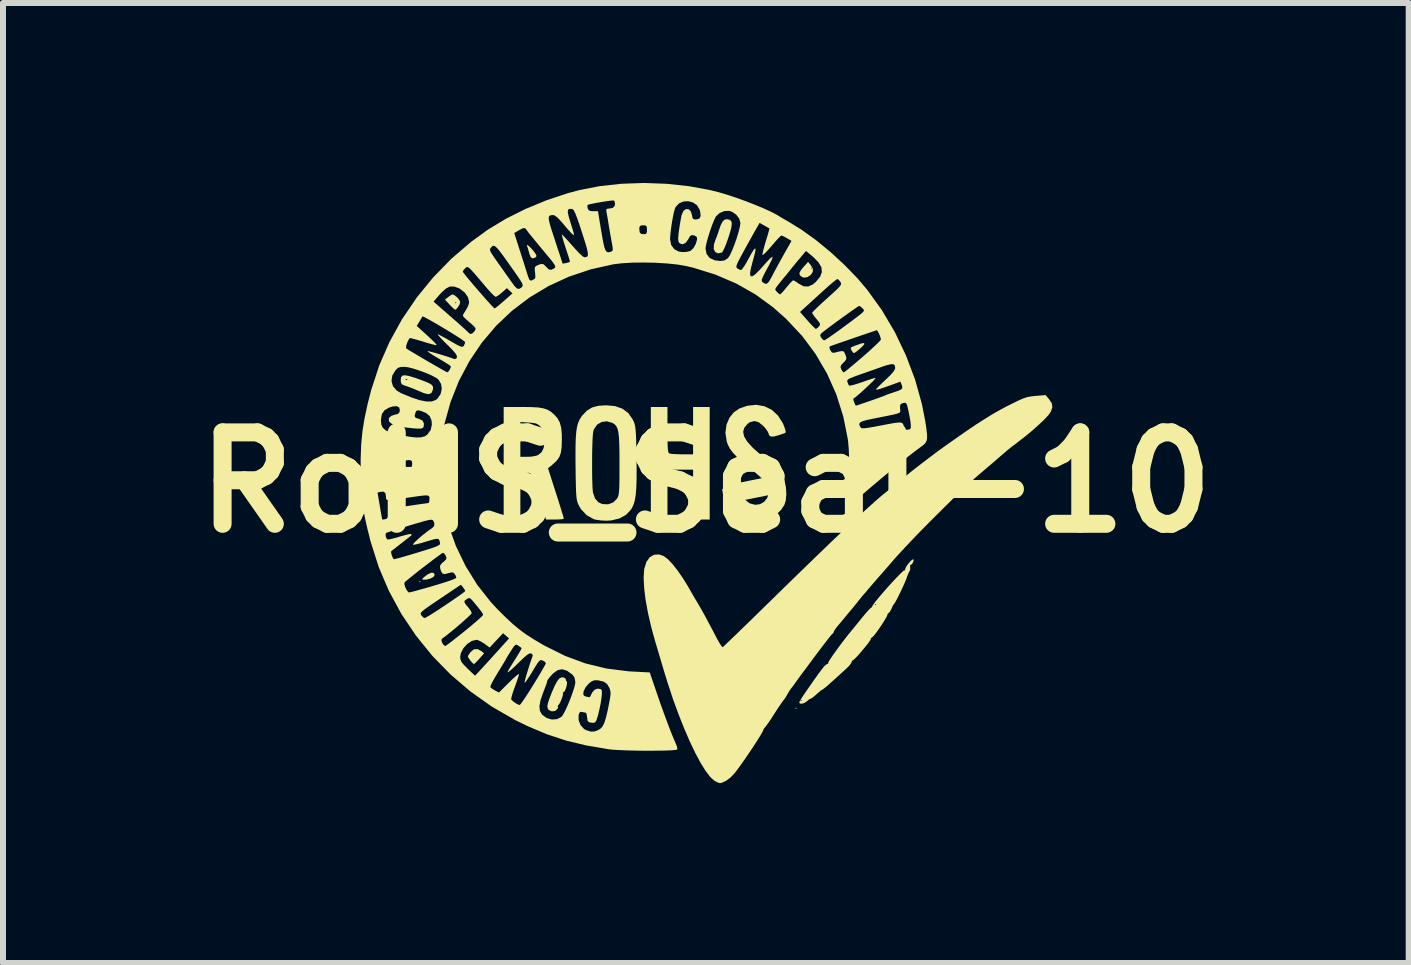
<source format=kicad_pcb>
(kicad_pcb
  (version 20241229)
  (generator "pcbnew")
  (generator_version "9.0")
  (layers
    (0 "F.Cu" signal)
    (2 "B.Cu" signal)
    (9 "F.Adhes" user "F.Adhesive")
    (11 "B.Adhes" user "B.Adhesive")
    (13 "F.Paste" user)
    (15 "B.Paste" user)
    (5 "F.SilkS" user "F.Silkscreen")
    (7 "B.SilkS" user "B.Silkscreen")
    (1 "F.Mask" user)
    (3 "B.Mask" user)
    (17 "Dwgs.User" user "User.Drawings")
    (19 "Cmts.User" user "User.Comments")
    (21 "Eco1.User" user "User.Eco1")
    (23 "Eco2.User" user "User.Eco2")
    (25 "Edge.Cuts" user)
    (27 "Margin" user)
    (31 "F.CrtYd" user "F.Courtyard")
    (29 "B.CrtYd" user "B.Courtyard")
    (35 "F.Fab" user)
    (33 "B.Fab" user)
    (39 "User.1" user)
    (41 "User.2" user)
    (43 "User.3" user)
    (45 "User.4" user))
  (footprint "RoHS_Seal-10"
    (layer "F.Cu")
    (at 8.716 4.992)
    (property "Reference" "RoHS_Seal-10" (at 0 0 0) (layer "F.SilkS") (effects (font (size 1.524 1.524) (thickness 0.3))))
    (attr board_only exclude_from_pos_files exclude_from_bom)
    (fp_poly (pts (xy -4.756 1.653) (xy -4.766 1.663) (xy -4.777 1.653) (xy -4.766 1.642)) (stroke (width 0) (type solid)) (fill yes) (layer "F.SilkS"))
    (fp_poly (pts (xy 1.514 3.764) (xy 1.504 3.775) (xy 1.493 3.764) (xy 1.504 3.753)) (stroke (width 0) (type solid)) (fill yes) (layer "F.SilkS"))
    (fp_poly (pts (xy -4.538 1.507) (xy -4.521 1.539) (xy -4.521 1.544) (xy -4.54 1.574) (xy -4.587 1.6) (xy -4.649 1.618) (xy -4.686 1.621) (xy -4.725 1.619) (xy -4.726 1.607) (xy -4.7 1.581) (xy -4.634 1.53) (xy -4.578 1.505)) (stroke (width 0) (type solid)) (fill yes) (layer "F.SilkS"))
    (fp_poly (pts (xy -2.967 -3.954) (xy -2.944 -3.935) (xy -2.896 -3.886) (xy -2.852 -3.831) (xy -2.826 -3.788) (xy -2.826 -3.763) (xy -2.839 -3.752) (xy -2.884 -3.734) (xy -2.916 -3.751) (xy -2.94 -3.807) (xy -2.943 -3.819) (xy -2.961 -3.883) (xy -2.977 -3.933) (xy -2.98 -3.941) (xy -2.984 -3.962)) (stroke (width 0) (type solid)) (fill yes) (layer "F.SilkS"))
    (fp_poly (pts (xy 2.643 -2.309) (xy 2.615 -2.273) (xy 2.58 -2.24) (xy 2.527 -2.195) (xy 2.486 -2.164) (xy 2.469 -2.155) (xy 2.449 -2.171) (xy 2.43 -2.198) (xy 2.416 -2.227) (xy 2.416 -2.244) (xy 2.438 -2.26) (xy 2.49 -2.281) (xy 2.512 -2.289) (xy 2.592 -2.317) (xy 2.636 -2.324)) (stroke (width 0) (type solid)) (fill yes) (layer "F.SilkS"))
    (fp_poly (pts (xy -3.744 2.81) (xy -3.696 2.848) (xy -3.775 2.938) (xy -3.821 2.987) (xy -3.855 3.02) (xy -3.867 3.028) (xy -3.886 3.013) (xy -3.919 2.977) (xy -3.923 2.972) (xy -3.953 2.93) (xy -3.967 2.902) (xy -3.967 2.9) (xy -3.955 2.875) (xy -3.926 2.833) (xy -3.923 2.829) (xy -3.867 2.782) (xy -3.805 2.778)) (stroke (width 0) (type solid)) (fill yes) (layer "F.SilkS"))
    (fp_poly (pts (xy 1.747 -3.624) (xy 1.784 -3.563) (xy 1.783 -3.51) (xy 1.748 -3.459) (xy 1.692 -3.422) (xy 1.631 -3.414) (xy 1.582 -3.438) (xy 1.561 -3.469) (xy 1.564 -3.504) (xy 1.595 -3.552) (xy 1.612 -3.572) (xy 1.749 -3.572) (xy 1.759 -3.562) (xy 1.77 -3.572) (xy 1.759 -3.583) (xy 1.749 -3.572) (xy 1.612 -3.572) (xy 1.63 -3.594) (xy 1.704 -3.676)) (stroke (width 0) (type solid)) (fill yes) (layer "F.SilkS"))
    (fp_poly (pts (xy -4.186 -3.119) (xy -4.142 -3.082) (xy -4.107 -3.038) (xy -4.095 -3.006) (xy -4.106 -2.966) (xy -4.133 -2.921) (xy -4.163 -2.887) (xy -4.179 -2.879) (xy -4.199 -2.893) (xy -4.238 -2.93) (xy -4.27 -2.963) (xy -4.301 -2.996) (xy -4.18 -2.996) (xy -4.169 -2.986) (xy -4.159 -2.996) (xy -4.169 -3.007) (xy -4.18 -2.996) (xy -4.301 -2.996) (xy -4.349 -3.048) (xy -4.294 -3.091) (xy -4.251 -3.121) (xy -4.224 -3.135) (xy -4.223 -3.135)) (stroke (width 0) (type solid)) (fill yes) (layer "F.SilkS"))
    (fp_poly (pts (xy -0.64 -0.877) (xy -0.639 -0.738) (xy -0.638 -0.637) (xy -0.634 -0.566) (xy -0.629 -0.521) (xy -0.62 -0.495) (xy -0.609 -0.483) (xy -0.606 -0.482) (xy -0.57 -0.476) (xy -0.504 -0.472) (xy -0.42 -0.469) (xy -0.393 -0.469) (xy -0.213 -0.469) (xy -0.213 -1.258) (xy 0.064 -1.258) (xy 0.064 0.618) (xy -0.213 0.618) (xy -0.213 -0.213) (xy -0.64 -0.213) (xy -0.64 0.618) (xy -0.917 0.618) (xy -0.917 -1.258) (xy -0.64 -1.258)) (stroke (width 0) (type solid)) (fill yes) (layer "F.SilkS"))
    (fp_poly (pts (xy 0.399 -4.378) (xy 0.425 -4.354) (xy 0.433 -4.31) (xy 0.423 -4.241) (xy 0.395 -4.141) (xy 0.373 -4.074) (xy 0.339 -3.977) (xy 0.306 -3.898) (xy 0.279 -3.847) (xy 0.264 -3.83) (xy 0.201 -3.819) (xy 0.154 -3.843) (xy 0.154 -3.843) (xy 0.131 -3.894) (xy 0.135 -3.967) (xy 0.158 -4.038) (xy 0.185 -4.105) (xy 0.211 -4.181) (xy 0.214 -4.191) (xy 0.248 -4.289) (xy 0.28 -4.351) (xy 0.314 -4.382) (xy 0.354 -4.388)) (stroke (width 0) (type solid)) (fill yes) (layer "F.SilkS"))
    (fp_poly (pts (xy -4.948 -1.774) (xy -4.848 -1.744) (xy -4.798 -1.726) (xy -4.69 -1.687) (xy -4.617 -1.656) (xy -4.573 -1.63) (xy -4.551 -1.603) (xy -4.547 -1.572) (xy -4.552 -1.539) (xy -4.577 -1.488) (xy -4.622 -1.471) (xy -4.692 -1.486) (xy -4.732 -1.502) (xy -4.789 -1.526) (xy -4.798 -1.53) (xy -4.879 -1.564) (xy -4.933 -1.585) (xy -4.974 -1.6) (xy -5.014 -1.613) (xy -5.022 -1.616) (xy -5.067 -1.636) (xy -5.084 -1.67) (xy -5.086 -1.708) (xy -5.085 -1.72) (xy -5.005 -1.72) (xy -5.002 -1.708) (xy -4.99 -1.706) (xy -4.973 -1.714) (xy -4.976 -1.72) (xy -5.002 -1.723) (xy -5.005 -1.72) (xy -5.085 -1.72) (xy -5.08 -1.754) (xy -5.059 -1.78) (xy -5.016 -1.787)) (stroke (width 0) (type solid)) (fill yes) (layer "F.SilkS"))
    (fp_poly (pts (xy -2.369 3.252) (xy -2.338 3.269) (xy -2.335 3.284) (xy -2.33 3.306) (xy -2.323 3.31) (xy -2.313 3.332) (xy -2.318 3.378) (xy -2.332 3.431) (xy -2.352 3.476) (xy -2.372 3.497) (xy -2.374 3.498) (xy -2.386 3.507) (xy -2.383 3.511) (xy -2.382 3.537) (xy -2.395 3.586) (xy -2.417 3.642) (xy -2.442 3.691) (xy -2.462 3.716) (xy -2.473 3.73) (xy -2.468 3.732) (xy -2.463 3.748) (xy -2.474 3.775) (xy -2.513 3.809) (xy -2.567 3.816) (xy -2.617 3.794) (xy -2.619 3.792) (xy -2.637 3.766) (xy -2.642 3.731) (xy -2.633 3.679) (xy -2.608 3.604) (xy -2.569 3.504) (xy -2.519 3.389) (xy -2.477 3.311) (xy -2.439 3.265) (xy -2.401 3.248)) (stroke (width 0) (type solid)) (fill yes) (layer "F.SilkS"))
    (fp_poly (pts (xy -2.911 -1.256) (xy -2.798 -1.25) (xy -2.711 -1.236) (xy -2.643 -1.214) (xy -2.586 -1.181) (xy -2.533 -1.136) (xy -2.531 -1.135) (xy -2.473 -1.07) (xy -2.435 -1) (xy -2.412 -0.915) (xy -2.401 -0.805) (xy -2.4 -0.714) (xy -2.404 -0.589) (xy -2.417 -0.495) (xy -2.443 -0.423) (xy -2.486 -0.363) (xy -2.55 -0.303) (xy -2.552 -0.301) (xy -2.631 -0.236) (xy -2.499 0.176) (xy -2.459 0.301) (xy -2.424 0.413) (xy -2.396 0.504) (xy -2.376 0.569) (xy -2.368 0.601) (xy -2.367 0.603) (xy -2.387 0.611) (xy -2.438 0.616) (xy -2.51 0.618) (xy -2.516 0.618) (xy -2.664 0.618) (xy -2.752 0.336) (xy -2.801 0.178) (xy -2.841 0.056) (xy -2.872 -0.033) (xy -2.896 -0.095) (xy -2.914 -0.133) (xy -2.929 -0.153) (xy -2.931 -0.154) (xy -2.967 -0.165) (xy -3.022 -0.17) (xy -3.023 -0.17) (xy -3.092 -0.171) (xy -3.092 0.618) (xy -3.37 0.618) (xy -3.37 -1.007) (xy -3.092 -1.007) (xy -3.092 -0.427) (xy -2.974 -0.427) (xy -2.895 -0.432) (xy -2.825 -0.446) (xy -2.797 -0.457) (xy -2.739 -0.503) (xy -2.704 -0.574) (xy -2.688 -0.675) (xy -2.687 -0.726) (xy -2.69 -0.803) (xy -2.703 -0.856) (xy -2.731 -0.901) (xy -2.748 -0.921) (xy -2.787 -0.959) (xy -2.826 -0.981) (xy -2.88 -0.992) (xy -2.951 -0.998) (xy -3.092 -1.007) (xy -3.37 -1.007) (xy -3.37 -1.258) (xy -3.06 -1.258)) (stroke (width 0) (type solid)) (fill yes) (layer "F.SilkS"))
    (fp_poly (pts (xy 0.977 -1.27) (xy 1.1 -1.21) (xy 1.203 -1.114) (xy 1.284 -0.986) (xy 1.31 -0.921) (xy 1.328 -0.865) (xy 1.331 -0.836) (xy 1.316 -0.822) (xy 1.306 -0.818) (xy 1.257 -0.802) (xy 1.216 -0.788) (xy 1.132 -0.765) (xy 1.079 -0.766) (xy 1.052 -0.791) (xy 1.049 -0.806) (xy 1.031 -0.849) (xy 0.991 -0.905) (xy 0.961 -0.939) (xy 0.882 -1.003) (xy 0.807 -1.024) (xy 0.733 -1.004) (xy 0.694 -0.976) (xy 0.641 -0.912) (xy 0.622 -0.843) (xy 0.638 -0.766) (xy 0.691 -0.679) (xy 0.78 -0.58) (xy 0.907 -0.467) (xy 0.942 -0.439) (xy 1.061 -0.341) (xy 1.15 -0.261) (xy 1.216 -0.192) (xy 1.262 -0.127) (xy 1.296 -0.061) (xy 1.311 -0.023) (xy 1.335 0.082) (xy 1.342 0.196) (xy 1.332 0.303) (xy 1.309 0.375) (xy 1.254 0.457) (xy 1.175 0.535) (xy 1.087 0.594) (xy 1.031 0.617) (xy 0.969 0.628) (xy 0.887 0.635) (xy 0.803 0.638) (xy 0.731 0.636) (xy 0.693 0.629) (xy 0.658 0.62) (xy 0.613 0.609) (xy 0.531 0.572) (xy 0.451 0.503) (xy 0.378 0.411) (xy 0.321 0.307) (xy 0.287 0.199) (xy 0.285 0.189) (xy 0.272 0.111) (xy 0.39 0.077) (xy 0.472 0.054) (xy 0.521 0.046) (xy 0.545 0.051) (xy 0.554 0.071) (xy 0.554 0.089) (xy 0.57 0.155) (xy 0.611 0.229) (xy 0.666 0.298) (xy 0.726 0.345) (xy 0.733 0.349) (xy 0.823 0.373) (xy 0.905 0.362) (xy 0.973 0.321) (xy 1.023 0.259) (xy 1.048 0.182) (xy 1.043 0.096) (xy 1.005 0.009) (xy 0.997 -0.003) (xy 0.962 -0.04) (xy 0.903 -0.096) (xy 0.828 -0.161) (xy 0.759 -0.218) (xy 0.627 -0.326) (xy 0.527 -0.416) (xy 0.452 -0.494) (xy 0.4 -0.565) (xy 0.365 -0.633) (xy 0.349 -0.68) (xy 0.326 -0.827) (xy 0.345 -0.966) (xy 0.394 -1.079) (xy 0.466 -1.169) (xy 0.562 -1.234) (xy 0.69 -1.278) (xy 0.839 -1.294)) (stroke (width 0) (type solid)) (fill yes) (layer "F.SilkS"))
    (fp_poly (pts (xy -1.515 -1.273) (xy -1.392 -1.23) (xy -1.294 -1.157) (xy -1.219 -1.05) (xy -1.201 -1.013) (xy -1.189 -0.98) (xy -1.179 -0.939) (xy -1.172 -0.885) (xy -1.166 -0.812) (xy -1.162 -0.713) (xy -1.159 -0.584) (xy -1.156 -0.418) (xy -1.156 -0.403) (xy -1.154 -0.2) (xy -1.155 -0.034) (xy -1.16 0.099) (xy -1.169 0.205) (xy -1.182 0.29) (xy -1.201 0.358) (xy -1.226 0.415) (xy -1.249 0.454) (xy -1.331 0.54) (xy -1.442 0.601) (xy -1.576 0.633) (xy -1.663 0.638) (xy -1.748 0.633) (xy -1.826 0.623) (xy -1.869 0.612) (xy -1.988 0.545) (xy -2.081 0.446) (xy -2.116 0.386) (xy -2.131 0.354) (xy -2.143 0.321) (xy -2.152 0.281) (xy -2.158 0.23) (xy -2.163 0.16) (xy -2.166 0.066) (xy -2.169 -0.058) (xy -2.171 -0.218) (xy -2.171 -0.23) (xy -1.896 -0.23) (xy -1.895 -0.1) (xy -1.892 0.014) (xy -1.888 0.105) (xy -1.882 0.165) (xy -1.881 0.171) (xy -1.846 0.269) (xy -1.787 0.334) (xy -1.724 0.361) (xy -1.625 0.364) (xy -1.541 0.332) (xy -1.48 0.269) (xy -1.467 0.245) (xy -1.457 0.215) (xy -1.45 0.175) (xy -1.445 0.119) (xy -1.442 0.04) (xy -1.44 -0.066) (xy -1.44 -0.206) (xy -1.44 -0.309) (xy -1.44 -0.491) (xy -1.443 -0.634) (xy -1.448 -0.745) (xy -1.457 -0.829) (xy -1.47 -0.889) (xy -1.489 -0.932) (xy -1.514 -0.963) (xy -1.546 -0.986) (xy -1.559 -0.993) (xy -1.65 -1.019) (xy -1.737 -1.008) (xy -1.812 -0.964) (xy -1.864 -0.89) (xy -1.875 -0.86) (xy -1.882 -0.813) (xy -1.888 -0.732) (xy -1.892 -0.625) (xy -1.895 -0.5) (xy -1.896 -0.366) (xy -1.896 -0.23) (xy -2.171 -0.23) (xy -2.172 -0.25) (xy -2.173 -0.449) (xy -2.172 -0.611) (xy -2.168 -0.741) (xy -2.16 -0.845) (xy -2.147 -0.926) (xy -2.129 -0.992) (xy -2.105 -1.047) (xy -2.075 -1.096) (xy -2.062 -1.113) (xy -1.984 -1.196) (xy -1.897 -1.25) (xy -1.79 -1.278) (xy -1.667 -1.286)) (stroke (width 0) (type solid)) (fill yes) (layer "F.SilkS"))
    (fp_poly (pts (xy 3.464 1.296) (xy 3.456 1.328) (xy 3.434 1.363) (xy 3.416 1.371) (xy 3.404 1.384) (xy 3.406 1.408) (xy 3.406 1.456) (xy 3.396 1.477) (xy 3.377 1.513) (xy 3.354 1.571) (xy 3.348 1.589) (xy 3.328 1.642) (xy 3.296 1.715) (xy 3.258 1.798) (xy 3.218 1.88) (xy 3.181 1.953) (xy 3.152 2.005) (xy 3.136 2.026) (xy 3.119 2.051) (xy 3.097 2.099) (xy 3.094 2.106) (xy 3.07 2.152) (xy 3.049 2.175) (xy 3.047 2.175) (xy 3.03 2.192) (xy 3.028 2.202) (xy 3.017 2.232) (xy 2.987 2.285) (xy 2.945 2.352) (xy 2.897 2.424) (xy 2.849 2.492) (xy 2.808 2.545) (xy 2.779 2.576) (xy 2.772 2.581) (xy 2.752 2.597) (xy 2.751 2.607) (xy 2.738 2.634) (xy 2.703 2.683) (xy 2.654 2.745) (xy 2.598 2.812) (xy 2.543 2.876) (xy 2.494 2.928) (xy 2.46 2.959) (xy 2.45 2.964) (xy 2.433 2.981) (xy 2.431 2.993) (xy 2.416 3.022) (xy 2.378 3.068) (xy 2.328 3.116) (xy 2.204 3.229) (xy 2.108 3.315) (xy 2.037 3.379) (xy 1.987 3.421) (xy 1.956 3.445) (xy 1.941 3.455) (xy 1.939 3.455) (xy 1.917 3.468) (xy 1.876 3.503) (xy 1.846 3.53) (xy 1.797 3.572) (xy 1.759 3.599) (xy 1.747 3.604) (xy 1.719 3.618) (xy 1.685 3.647) (xy 1.642 3.676) (xy 1.598 3.689) (xy 1.565 3.683) (xy 1.557 3.667) (xy 1.568 3.642) (xy 1.572 3.636) (xy 1.578 3.636) (xy 1.589 3.647) (xy 1.599 3.636) (xy 1.589 3.626) (xy 1.578 3.636) (xy 1.572 3.636) (xy 1.6 3.59) (xy 1.647 3.518) (xy 1.705 3.434) (xy 1.708 3.43) (xy 1.799 3.299) (xy 1.87 3.2) (xy 1.923 3.128) (xy 1.962 3.079) (xy 1.989 3.049) (xy 2.008 3.034) (xy 2.022 3.029) (xy 2.04 3.018) (xy 2.038 3.009) (xy 2.047 2.988) (xy 2.077 2.94) (xy 2.123 2.872) (xy 2.181 2.791) (xy 2.245 2.704) (xy 2.31 2.618) (xy 2.371 2.54) (xy 2.424 2.476) (xy 2.426 2.473) (xy 2.45 2.444) (xy 2.494 2.39) (xy 2.551 2.32) (xy 2.594 2.266) (xy 2.654 2.194) (xy 2.705 2.136) (xy 2.741 2.099) (xy 2.754 2.09) (xy 2.772 2.074) (xy 2.772 2.067) (xy 2.786 2.042) (xy 2.789 2.037) (xy 2.815 2.037) (xy 2.826 2.047) (xy 2.836 2.037) (xy 2.826 2.026) (xy 2.815 2.037) (xy 2.789 2.037) (xy 2.822 1.992) (xy 2.877 1.925) (xy 2.944 1.846) (xy 3.018 1.762) (xy 3.093 1.678) (xy 3.166 1.6) (xy 3.229 1.535) (xy 3.277 1.488) (xy 3.306 1.465) (xy 3.311 1.464) (xy 3.324 1.465) (xy 3.321 1.457) (xy 3.326 1.431) (xy 3.351 1.387) (xy 3.388 1.339) (xy 3.425 1.299) (xy 3.453 1.28) (xy 3.456 1.28)) (stroke (width 0) (type solid)) (fill yes) (layer "F.SilkS"))
    (fp_poly (pts (xy 5.722 -1.387) (xy 5.767 -1.318) (xy 5.776 -1.253) (xy 5.75 -1.179) (xy 5.749 -1.177) (xy 5.71 -1.122) (xy 5.641 -1.048) (xy 5.548 -0.96) (xy 5.438 -0.862) (xy 5.315 -0.761) (xy 5.186 -0.661) (xy 5.172 -0.65) (xy 5.099 -0.595) (xy 5.03 -0.54) (xy 4.952 -0.473) (xy 4.907 -0.434) (xy 4.856 -0.39) (xy 4.785 -0.328) (xy 4.705 -0.261) (xy 4.671 -0.232) (xy 4.586 -0.159) (xy 4.51 -0.094) (xy 4.438 -0.03) (xy 4.365 0.037) (xy 4.286 0.111) (xy 4.197 0.197) (xy 4.091 0.3) (xy 3.965 0.425) (xy 3.828 0.561) (xy 3.698 0.691) (xy 3.567 0.824) (xy 3.441 0.955) (xy 3.325 1.077) (xy 3.227 1.183) (xy 3.152 1.266) (xy 3.146 1.273) (xy 3.067 1.364) (xy 2.995 1.447) (xy 2.935 1.516) (xy 2.894 1.562) (xy 2.884 1.574) (xy 2.844 1.619) (xy 2.79 1.682) (xy 2.745 1.734) (xy 2.695 1.793) (xy 2.655 1.841) (xy 2.634 1.864) (xy 2.61 1.892) (xy 2.569 1.942) (xy 2.528 1.994) (xy 2.48 2.054) (xy 2.441 2.102) (xy 2.421 2.124) (xy 2.396 2.154) (xy 2.355 2.203) (xy 2.325 2.24) (xy 2.269 2.308) (xy 2.213 2.374) (xy 2.191 2.4) (xy 2.155 2.448) (xy 2.134 2.484) (xy 2.133 2.491) (xy 2.118 2.518) (xy 2.114 2.52) (xy 2.093 2.54) (xy 2.05 2.593) (xy 1.984 2.678) (xy 1.897 2.792) (xy 1.79 2.935) (xy 1.691 3.069) (xy 1.652 3.121) (xy 1.606 3.182) (xy 1.599 3.191) (xy 1.551 3.257) (xy 1.5 3.328) (xy 1.493 3.338) (xy 1.454 3.392) (xy 1.422 3.433) (xy 1.416 3.441) (xy 1.39 3.478) (xy 1.359 3.531) (xy 1.358 3.534) (xy 1.326 3.588) (xy 1.297 3.628) (xy 1.296 3.629) (xy 1.274 3.658) (xy 1.235 3.714) (xy 1.184 3.79) (xy 1.132 3.871) (xy 1.078 3.955) (xy 1.03 4.024) (xy 0.995 4.072) (xy 0.978 4.091) (xy 0.96 4.116) (xy 0.959 4.123) (xy 0.947 4.152) (xy 0.914 4.21) (xy 0.865 4.289) (xy 0.804 4.384) (xy 0.735 4.488) (xy 0.662 4.595) (xy 0.59 4.698) (xy 0.522 4.791) (xy 0.485 4.84) (xy 0.415 4.915) (xy 0.338 4.973) (xy 0.265 5.007) (xy 0.231 5.012) (xy 0.195 5) (xy 0.145 4.974) (xy 0.142 4.972) (xy 0.073 4.909) (xy -0.004 4.809) (xy -0.088 4.674) (xy -0.176 4.509) (xy -0.268 4.317) (xy -0.361 4.102) (xy -0.454 3.867) (xy -0.546 3.616) (xy -0.633 3.353) (xy -0.694 3.156) (xy -0.732 3.028) (xy -0.771 2.897) (xy -0.807 2.775) (xy -0.836 2.678) (xy -0.841 2.662) (xy -0.91 2.412) (xy -0.965 2.174) (xy -1.005 1.954) (xy -1.029 1.756) (xy -1.037 1.586) (xy -1.028 1.449) (xy -1.025 1.435) (xy -0.991 1.325) (xy -0.936 1.247) (xy -0.865 1.205) (xy -0.781 1.2) (xy -0.705 1.226) (xy -0.638 1.275) (xy -0.559 1.357) (xy -0.471 1.468) (xy -0.379 1.601) (xy -0.287 1.751) (xy -0.256 1.807) (xy -0.228 1.856) (xy -0.187 1.926) (xy -0.146 1.994) (xy -0.106 2.062) (xy -0.061 2.141) (xy -0.008 2.237) (xy 0.056 2.357) (xy 0.134 2.504) (xy 0.188 2.608) (xy 0.226 2.675) (xy 0.258 2.725) (xy 0.278 2.746) (xy 0.28 2.746) (xy 0.298 2.731) (xy 0.343 2.688) (xy 0.413 2.621) (xy 0.505 2.533) (xy 0.614 2.427) (xy 0.74 2.305) (xy 0.878 2.17) (xy 1.025 2.026) (xy 1.049 2.003) (xy 1.282 1.775) (xy 1.487 1.575) (xy 1.668 1.399) (xy 1.827 1.245) (xy 1.967 1.11) (xy 2.091 0.99) (xy 2.202 0.885) (xy 2.303 0.79) (xy 2.397 0.703) (xy 2.432 0.67) (xy 2.564 0.549) (xy 2.669 0.452) (xy 2.753 0.376) (xy 2.819 0.317) (xy 2.873 0.269) (xy 2.919 0.23) (xy 2.962 0.195) (xy 3.006 0.16) (xy 3.008 0.158) (xy 3.092 0.09) (xy 3.189 0.011) (xy 3.278 -0.062) (xy 3.282 -0.065) (xy 3.37 -0.138) (xy 3.473 -0.22) (xy 3.597 -0.316) (xy 3.747 -0.43) (xy 3.827 -0.491) (xy 3.897 -0.542) (xy 3.99 -0.609) (xy 4.098 -0.685) (xy 4.21 -0.764) (xy 4.319 -0.84) (xy 4.414 -0.905) (xy 4.486 -0.953) (xy 4.5 -0.963) (xy 4.63 -1.046) (xy 4.736 -1.112) (xy 4.828 -1.167) (xy 4.916 -1.216) (xy 5.012 -1.267) (xy 5.095 -1.309) (xy 5.203 -1.362) (xy 5.285 -1.398) (xy 5.353 -1.421) (xy 5.417 -1.434) (xy 5.491 -1.442) (xy 5.501 -1.443) (xy 5.664 -1.456)) (stroke (width 0) (type solid)) (fill yes) (layer "F.SilkS"))
    (fp_poly (pts (xy -0.65 -4.978) (xy -0.279 -4.938) (xy 0.076 -4.872) (xy 0.213 -4.838) (xy 0.355 -4.796) (xy 0.511 -4.744) (xy 0.671 -4.686) (xy 0.828 -4.625) (xy 0.973 -4.564) (xy 1.096 -4.507) (xy 1.19 -4.458) (xy 1.21 -4.445) (xy 1.256 -4.417) (xy 1.321 -4.379) (xy 1.359 -4.358) (xy 1.595 -4.213) (xy 1.839 -4.037) (xy 2.082 -3.837) (xy 2.316 -3.621) (xy 2.532 -3.398) (xy 2.691 -3.21) (xy 2.935 -2.871) (xy 3.151 -2.505) (xy 3.336 -2.117) (xy 3.487 -1.717) (xy 3.601 -1.309) (xy 3.657 -1.024) (xy 3.676 -0.896) (xy 3.687 -0.803) (xy 3.688 -0.736) (xy 3.678 -0.689) (xy 3.656 -0.652) (xy 3.619 -0.619) (xy 3.588 -0.596) (xy 3.494 -0.526) (xy 3.375 -0.434) (xy 3.238 -0.324) (xy 3.088 -0.202) (xy 2.933 -0.074) (xy 2.78 0.055) (xy 2.634 0.18) (xy 2.503 0.294) (xy 2.433 0.357) (xy 2.386 0.398) (xy 2.353 0.423) (xy 2.345 0.426) (xy 2.343 0.407) (xy 2.346 0.355) (xy 2.356 0.28) (xy 2.361 0.24) (xy 2.376 0.113) (xy 2.385 -0.042) (xy 2.389 -0.212) (xy 2.389 -0.383) (xy 2.383 -0.543) (xy 2.372 -0.678) (xy 2.367 -0.719) (xy 2.316 -0.975) (xy 2.557 -0.975) (xy 2.565 -0.943) (xy 2.579 -0.918) (xy 2.592 -0.907) (xy 2.618 -0.902) (xy 2.662 -0.905) (xy 2.731 -0.915) (xy 2.832 -0.933) (xy 2.895 -0.945) (xy 3.031 -0.971) (xy 3.131 -0.989) (xy 3.201 -0.998) (xy 3.246 -0.999) (xy 3.274 -0.99) (xy 3.288 -0.973) (xy 3.296 -0.947) (xy 3.298 -0.937) (xy 3.313 -0.892) (xy 3.342 -0.877) (xy 3.367 -0.879) (xy 3.404 -0.888) (xy 3.418 -0.914) (xy 3.417 -0.96) (xy 3.41 -1.019) (xy 3.396 -1.101) (xy 3.378 -1.187) (xy 3.361 -1.265) (xy 3.346 -1.309) (xy 3.33 -1.328) (xy 3.307 -1.328) (xy 3.288 -1.324) (xy 3.25 -1.308) (xy 3.237 -1.279) (xy 3.238 -1.232) (xy 3.241 -1.206) (xy 3.242 -1.186) (xy 3.236 -1.171) (xy 3.217 -1.157) (xy 3.18 -1.144) (xy 3.121 -1.13) (xy 3.035 -1.112) (xy 2.915 -1.088) (xy 2.799 -1.065) (xy 2.688 -1.042) (xy 2.613 -1.021) (xy 2.572 -1) (xy 2.557 -0.975) (xy 2.316 -0.975) (xy 2.29 -1.103) (xy 2.174 -1.469) (xy 2.072 -1.699) (xy 2.357 -1.699) (xy 2.358 -1.679) (xy 2.359 -1.676) (xy 2.376 -1.633) (xy 2.387 -1.615) (xy 2.412 -1.615) (xy 2.468 -1.628) (xy 2.546 -1.652) (xy 2.612 -1.674) (xy 2.699 -1.705) (xy 2.77 -1.728) (xy 2.817 -1.74) (xy 2.83 -1.741) (xy 2.819 -1.724) (xy 2.784 -1.686) (xy 2.73 -1.634) (xy 2.667 -1.574) (xy 2.6 -1.513) (xy 2.538 -1.458) (xy 2.488 -1.417) (xy 2.457 -1.395) (xy 2.459 -1.376) (xy 2.472 -1.338) (xy 2.488 -1.299) (xy 2.501 -1.28) (xy 2.501 -1.28) (xy 2.523 -1.286) (xy 2.577 -1.304) (xy 2.654 -1.331) (xy 2.743 -1.361) (xy 2.837 -1.394) (xy 2.917 -1.423) (xy 2.974 -1.444) (xy 2.998 -1.454) (xy 3.028 -1.467) (xy 3.085 -1.487) (xy 3.135 -1.503) (xy 3.214 -1.53) (xy 3.258 -1.552) (xy 3.275 -1.575) (xy 3.272 -1.606) (xy 3.265 -1.626) (xy 3.244 -1.68) (xy 3.099 -1.628) (xy 2.988 -1.588) (xy 2.912 -1.563) (xy 2.865 -1.549) (xy 2.842 -1.547) (xy 2.836 -1.551) (xy 2.851 -1.57) (xy 2.891 -1.611) (xy 2.949 -1.667) (xy 2.996 -1.712) (xy 3.079 -1.791) (xy 3.13 -1.85) (xy 3.154 -1.894) (xy 3.156 -1.911) (xy 3.15 -1.951) (xy 3.125 -1.971) (xy 3.078 -1.97) (xy 3.001 -1.95) (xy 2.941 -1.93) (xy 2.85 -1.897) (xy 2.736 -1.857) (xy 2.619 -1.816) (xy 2.564 -1.797) (xy 2.468 -1.762) (xy 2.405 -1.737) (xy 2.371 -1.717) (xy 2.357 -1.699) (xy 2.072 -1.699) (xy 2.02 -1.815) (xy 1.829 -2.141) (xy 1.744 -2.256) (xy 2.059 -2.256) (xy 2.067 -2.22) (xy 2.073 -2.206) (xy 2.102 -2.166) (xy 2.14 -2.161) (xy 2.142 -2.162) (xy 2.22 -2.182) (xy 2.267 -2.19) (xy 2.294 -2.185) (xy 2.309 -2.167) (xy 2.32 -2.144) (xy 2.342 -2.087) (xy 2.338 -2.048) (xy 2.305 -2.007) (xy 2.289 -1.993) (xy 2.253 -1.953) (xy 2.245 -1.921) (xy 2.257 -1.887) (xy 2.28 -1.848) (xy 2.298 -1.834) (xy 2.318 -1.847) (xy 2.366 -1.884) (xy 2.434 -1.941) (xy 2.519 -2.012) (xy 2.613 -2.093) (xy 2.708 -2.176) (xy 2.791 -2.252) (xy 2.857 -2.314) (xy 2.901 -2.358) (xy 2.918 -2.379) (xy 2.913 -2.41) (xy 2.897 -2.457) (xy 2.875 -2.504) (xy 2.856 -2.534) (xy 2.85 -2.538) (xy 2.829 -2.531) (xy 2.776 -2.513) (xy 2.698 -2.487) (xy 2.601 -2.454) (xy 2.495 -2.418) (xy 2.386 -2.38) (xy 2.282 -2.344) (xy 2.191 -2.313) (xy 2.12 -2.288) (xy 2.076 -2.273) (xy 2.074 -2.272) (xy 2.059 -2.256) (xy 1.744 -2.256) (xy 1.602 -2.446) (xy 1.591 -2.457) (xy 1.905 -2.457) (xy 1.916 -2.423) (xy 1.923 -2.413) (xy 1.952 -2.378) (xy 1.973 -2.368) (xy 1.996 -2.38) (xy 2.048 -2.414) (xy 2.121 -2.465) (xy 2.21 -2.528) (xy 2.282 -2.581) (xy 2.404 -2.671) (xy 2.496 -2.74) (xy 2.561 -2.79) (xy 2.604 -2.825) (xy 2.627 -2.849) (xy 2.635 -2.866) (xy 2.632 -2.879) (xy 2.621 -2.892) (xy 2.611 -2.902) (xy 2.577 -2.933) (xy 2.556 -2.943) (xy 2.535 -2.931) (xy 2.486 -2.898) (xy 2.417 -2.85) (xy 2.334 -2.791) (xy 2.243 -2.725) (xy 2.152 -2.659) (xy 2.067 -2.596) (xy 1.996 -2.542) (xy 1.943 -2.501) (xy 1.923 -2.484) (xy 1.905 -2.457) (xy 1.591 -2.457) (xy 1.338 -2.727) (xy 1.209 -2.842) (xy 1.57 -2.842) (xy 1.694 -2.7) (xy 1.751 -2.637) (xy 1.798 -2.589) (xy 1.828 -2.562) (xy 1.833 -2.559) (xy 1.858 -2.573) (xy 1.884 -2.598) (xy 1.902 -2.623) (xy 1.902 -2.647) (xy 1.879 -2.683) (xy 1.845 -2.724) (xy 1.803 -2.776) (xy 1.777 -2.815) (xy 1.772 -2.829) (xy 1.788 -2.849) (xy 1.83 -2.891) (xy 1.893 -2.952) (xy 1.972 -3.024) (xy 2.024 -3.071) (xy 2.118 -3.156) (xy 2.184 -3.217) (xy 2.226 -3.26) (xy 2.248 -3.29) (xy 2.255 -3.312) (xy 2.25 -3.331) (xy 2.243 -3.343) (xy 2.214 -3.379) (xy 2.192 -3.391) (xy 2.17 -3.377) (xy 2.123 -3.34) (xy 2.057 -3.284) (xy 1.979 -3.214) (xy 1.956 -3.194) (xy 1.868 -3.113) (xy 1.783 -3.036) (xy 1.71 -2.969) (xy 1.659 -2.923) (xy 1.655 -2.919) (xy 1.57 -2.842) (xy 1.209 -2.842) (xy 1.12 -2.921) (xy 0.827 -3.134) (xy 0.671 -3.223) (xy 1.158 -3.223) (xy 1.16 -3.206) (xy 1.171 -3.191) (xy 1.184 -3.177) (xy 1.217 -3.146) (xy 1.237 -3.135) (xy 1.257 -3.15) (xy 1.295 -3.191) (xy 1.342 -3.248) (xy 1.345 -3.252) (xy 1.394 -3.31) (xy 1.434 -3.352) (xy 1.456 -3.37) (xy 1.457 -3.37) (xy 1.483 -3.358) (xy 1.529 -3.328) (xy 1.544 -3.316) (xy 1.628 -3.27) (xy 1.708 -3.266) (xy 1.787 -3.303) (xy 1.835 -3.344) (xy 1.904 -3.428) (xy 1.934 -3.508) (xy 1.926 -3.588) (xy 1.877 -3.67) (xy 1.789 -3.76) (xy 1.763 -3.781) (xy 1.669 -3.859) (xy 1.576 -3.747) (xy 1.524 -3.686) (xy 1.481 -3.634) (xy 1.457 -3.604) (xy 1.432 -3.573) (xy 1.389 -3.52) (xy 1.335 -3.453) (xy 1.318 -3.434) (xy 1.247 -3.347) (xy 1.199 -3.287) (xy 1.17 -3.247) (xy 1.158 -3.223) (xy 0.671 -3.223) (xy 0.506 -3.316) (xy 0.162 -3.464) (xy -0.205 -3.578) (xy -0.308 -3.603) (xy 0.509 -3.603) (xy 0.511 -3.583) (xy 0.523 -3.569) (xy 0.525 -3.568) (xy 0.566 -3.545) (xy 0.586 -3.54) (xy 0.606 -3.558) (xy 0.64 -3.605) (xy 0.681 -3.673) (xy 0.701 -3.71) (xy 0.758 -3.813) (xy 0.797 -3.877) (xy 0.821 -3.902) (xy 0.828 -3.887) (xy 0.82 -3.833) (xy 0.796 -3.739) (xy 0.778 -3.675) (xy 0.748 -3.558) (xy 0.736 -3.479) (xy 0.745 -3.439) (xy 0.773 -3.435) (xy 0.823 -3.469) (xy 0.894 -3.539) (xy 0.94 -3.591) (xy 1.021 -3.681) (xy 1.076 -3.738) (xy 1.106 -3.761) (xy 1.112 -3.749) (xy 1.095 -3.704) (xy 1.055 -3.625) (xy 1.029 -3.578) (xy 0.979 -3.485) (xy 0.948 -3.422) (xy 0.933 -3.381) (xy 0.932 -3.357) (xy 0.942 -3.341) (xy 0.951 -3.334) (xy 0.989 -3.312) (xy 1.019 -3.314) (xy 1.05 -3.344) (xy 1.087 -3.408) (xy 1.098 -3.428) (xy 1.155 -3.537) (xy 1.226 -3.667) (xy 1.302 -3.804) (xy 1.375 -3.934) (xy 1.378 -3.938) (xy 1.428 -4.027) (xy 1.353 -4.071) (xy 1.301 -4.1) (xy 1.265 -4.115) (xy 1.259 -4.116) (xy 1.239 -4.101) (xy 1.198 -4.059) (xy 1.143 -3.998) (xy 1.096 -3.942) (xy 1.036 -3.874) (xy 0.987 -3.823) (xy 0.954 -3.794) (xy 0.943 -3.792) (xy 0.946 -3.821) (xy 0.96 -3.881) (xy 0.982 -3.962) (xy 1 -4.023) (xy 1.027 -4.11) (xy 1.047 -4.18) (xy 1.058 -4.223) (xy 1.06 -4.234) (xy 1.041 -4.245) (xy 0.997 -4.27) (xy 0.976 -4.282) (xy 0.896 -4.327) (xy 0.845 -4.238) (xy 0.815 -4.186) (xy 0.771 -4.107) (xy 0.717 -4.01) (xy 0.658 -3.904) (xy 0.64 -3.871) (xy 0.582 -3.764) (xy 0.542 -3.687) (xy 0.518 -3.636) (xy 0.509 -3.603) (xy -0.308 -3.603) (xy -0.325 -3.607) (xy -0.469 -3.632) (xy -0.643 -3.65) (xy -0.835 -3.662) (xy -1.034 -3.666) (xy -1.227 -3.664) (xy -1.402 -3.653) (xy -1.539 -3.637) (xy -1.919 -3.552) (xy -2.28 -3.431) (xy -2.621 -3.274) (xy -2.938 -3.084) (xy -3.231 -2.862) (xy -3.497 -2.61) (xy -3.734 -2.33) (xy -3.941 -2.023) (xy -4.116 -1.693) (xy -4.256 -1.34) (xy -4.36 -0.966) (xy -4.376 -0.89) (xy -4.401 -0.732) (xy -4.417 -0.545) (xy -4.425 -0.344) (xy -4.426 -0.139) (xy -4.418 0.057) (xy -4.402 0.232) (xy -4.386 0.331) (xy -4.295 0.702) (xy -4.167 1.058) (xy -4.005 1.394) (xy -3.811 1.706) (xy -3.586 1.992) (xy -3.478 2.109) (xy -3.341 2.245) (xy -3.221 2.357) (xy -3.107 2.452) (xy -2.991 2.537) (xy -2.861 2.62) (xy -2.708 2.71) (xy -2.682 2.724) (xy -2.347 2.891) (xy -2.006 3.017) (xy -1.656 3.102) (xy -1.292 3.148) (xy -1.208 3.153) (xy -0.935 3.167) (xy -0.822 3.498) (xy -0.762 3.673) (xy -0.7 3.845) (xy -0.641 4.006) (xy -0.586 4.15) (xy -0.538 4.268) (xy -0.501 4.353) (xy -0.499 4.357) (xy -0.479 4.41) (xy -0.475 4.446) (xy -0.478 4.452) (xy -0.506 4.459) (xy -0.57 4.465) (xy -0.664 4.469) (xy -0.779 4.471) (xy -0.909 4.472) (xy -1.048 4.472) (xy -1.189 4.47) (xy -1.324 4.466) (xy -1.446 4.461) (xy -1.55 4.455) (xy -1.628 4.447) (xy -1.631 4.446) (xy -1.994 4.384) (xy -2.329 4.303) (xy -2.649 4.198) (xy -2.965 4.065) (xy -3.178 3.961) (xy -3.562 3.74) (xy -3.58 3.728) (xy -2.774 3.728) (xy -2.767 3.806) (xy -2.733 3.867) (xy -2.728 3.873) (xy -2.653 3.927) (xy -2.566 3.952) (xy -2.481 3.946) (xy -2.408 3.908) (xy -2.404 3.904) (xy -2.385 3.877) (xy -2.121 3.877) (xy -2.121 3.963) (xy -2.089 4.045) (xy -2.032 4.108) (xy -2 4.127) (xy -1.922 4.153) (xy -1.858 4.152) (xy -1.789 4.125) (xy -1.75 4.099) (xy -1.719 4.062) (xy -1.692 4.006) (xy -1.666 3.925) (xy -1.639 3.812) (xy -1.622 3.729) (xy -1.602 3.625) (xy -1.591 3.554) (xy -1.588 3.504) (xy -1.594 3.466) (xy -1.606 3.429) (xy -1.607 3.426) (xy -1.646 3.36) (xy -1.702 3.321) (xy -1.786 3.3) (xy -1.802 3.298) (xy -1.861 3.298) (xy -1.908 3.318) (xy -1.955 3.356) (xy -2.002 3.412) (xy -2.034 3.472) (xy -2.039 3.489) (xy -2.043 3.537) (xy -2.025 3.56) (xy -1.994 3.57) (xy -1.951 3.579) (xy -1.933 3.579) (xy -1.893 3.5) (xy -1.854 3.456) (xy -1.81 3.438) (xy -1.807 3.437) (xy -1.754 3.444) (xy -1.735 3.466) (xy -1.732 3.507) (xy -1.738 3.578) (xy -1.751 3.668) (xy -1.771 3.768) (xy -1.794 3.866) (xy -1.806 3.909) (xy -1.826 3.97) (xy -1.846 3.999) (xy -1.875 4.007) (xy -1.905 4.005) (xy -1.95 3.996) (xy -1.971 3.973) (xy -1.979 3.92) (xy -1.979 3.919) (xy -1.987 3.867) (xy -1.998 3.84) (xy -2.001 3.838) (xy -2.031 3.833) (xy -2.061 3.826) (xy -2.096 3.825) (xy -2.114 3.852) (xy -2.121 3.877) (xy -2.385 3.877) (xy -2.375 3.863) (xy -2.338 3.792) (xy -2.297 3.701) (xy -2.256 3.6) (xy -2.22 3.501) (xy -2.192 3.413) (xy -2.177 3.347) (xy -2.175 3.328) (xy -2.19 3.251) (xy -2.223 3.205) (xy -2.313 3.139) (xy -2.394 3.114) (xy -2.471 3.129) (xy -2.548 3.185) (xy -2.562 3.2) (xy -2.608 3.252) (xy -2.638 3.294) (xy -2.645 3.312) (xy -2.652 3.343) (xy -2.673 3.401) (xy -2.702 3.477) (xy -2.71 3.498) (xy -2.755 3.627) (xy -2.774 3.728) (xy -3.58 3.728) (xy -3.922 3.486) (xy -4.008 3.413) (xy -3.593 3.413) (xy -3.593 3.413) (xy -3.567 3.436) (xy -3.519 3.465) (xy -3.515 3.468) (xy -3.449 3.502) (xy -3.281 3.335) (xy -3.215 3.271) (xy -3.161 3.223) (xy -3.125 3.196) (xy -3.114 3.194) (xy -3.121 3.224) (xy -3.14 3.284) (xy -3.168 3.363) (xy -3.185 3.41) (xy -3.215 3.494) (xy -3.236 3.564) (xy -3.245 3.609) (xy -3.244 3.62) (xy -3.213 3.649) (xy -3.167 3.682) (xy -3.123 3.705) (xy -3.104 3.711) (xy -3.086 3.693) (xy -3.051 3.645) (xy -3.001 3.571) (xy -2.941 3.478) (xy -2.874 3.371) (xy -2.874 3.371) (xy -2.808 3.263) (xy -2.751 3.167) (xy -2.706 3.089) (xy -2.676 3.035) (xy -2.666 3.012) (xy -2.683 2.99) (xy -2.717 2.969) (xy -2.741 2.961) (xy -2.762 2.964) (xy -2.785 2.985) (xy -2.816 3.028) (xy -2.861 3.1) (xy -2.89 3.149) (xy -2.939 3.229) (xy -2.981 3.292) (xy -3.01 3.331) (xy -3.022 3.341) (xy -3.019 3.318) (xy -3.006 3.264) (xy -2.984 3.187) (xy -2.956 3.097) (xy -2.926 3.003) (xy -2.895 2.913) (xy -2.885 2.887) (xy -2.895 2.861) (xy -2.914 2.849) (xy -2.94 2.851) (xy -2.98 2.875) (xy -3.039 2.925) (xy -3.12 3.003) (xy -3.128 3.011) (xy -3.197 3.078) (xy -3.253 3.129) (xy -3.292 3.16) (xy -3.306 3.166) (xy -3.306 3.166) (xy -3.295 3.138) (xy -3.266 3.087) (xy -3.236 3.039) (xy -3.188 2.963) (xy -3.142 2.889) (xy -3.103 2.825) (xy -3.078 2.779) (xy -3.071 2.763) (xy -3.087 2.748) (xy -3.122 2.723) (xy -3.151 2.706) (xy -3.173 2.707) (xy -3.198 2.731) (xy -3.234 2.784) (xy -3.244 2.8) (xy -3.283 2.862) (xy -3.313 2.911) (xy -3.325 2.932) (xy -3.339 2.958) (xy -3.371 3.011) (xy -3.416 3.086) (xy -3.469 3.172) (xy -3.47 3.173) (xy -3.521 3.259) (xy -3.562 3.333) (xy -3.587 3.387) (xy -3.593 3.413) (xy -4.008 3.413) (xy -4.256 3.201) (xy -4.542 2.908) (xy -4.095 2.908) (xy -4.09 2.952) (xy -4.073 2.993) (xy -4.036 3.039) (xy -3.973 3.102) (xy -3.973 3.103) (xy -3.915 3.158) (xy -3.871 3.199) (xy -3.848 3.219) (xy -3.846 3.22) (xy -3.831 3.205) (xy -3.792 3.163) (xy -3.733 3.099) (xy -3.659 3.018) (xy -3.573 2.924) (xy -3.561 2.91) (xy -3.28 2.6) (xy -3.33 2.557) (xy -3.38 2.513) (xy -3.492 2.632) (xy -3.604 2.752) (xy -3.692 2.687) (xy -3.752 2.65) (xy -3.803 2.627) (xy -3.822 2.623) (xy -3.901 2.642) (xy -3.979 2.693) (xy -4.043 2.765) (xy -4.085 2.847) (xy -4.095 2.908) (xy -4.542 2.908) (xy -4.56 2.889) (xy -4.769 2.632) (xy -4.408 2.632) (xy -4.396 2.672) (xy -4.372 2.709) (xy -4.345 2.726) (xy -4.341 2.725) (xy -4.317 2.71) (xy -4.267 2.673) (xy -4.194 2.617) (xy -4.106 2.547) (xy -4.015 2.474) (xy -3.919 2.395) (xy -3.835 2.324) (xy -3.77 2.266) (xy -3.727 2.225) (xy -3.712 2.207) (xy -3.718 2.19) (xy -3.738 2.158) (xy -3.776 2.108) (xy -3.836 2.034) (xy -3.893 1.966) (xy -3.927 1.932) (xy -3.956 1.928) (xy -3.984 1.943) (xy -4.018 1.968) (xy -4.026 1.992) (xy -4.008 2.027) (xy -3.967 2.076) (xy -3.928 2.126) (xy -3.905 2.167) (xy -3.903 2.178) (xy -3.918 2.199) (xy -3.96 2.24) (xy -4.022 2.296) (xy -4.096 2.361) (xy -4.176 2.43) (xy -4.256 2.495) (xy -4.327 2.552) (xy -4.384 2.595) (xy -4.401 2.606) (xy -4.408 2.632) (xy -4.769 2.632) (xy -4.834 2.551) (xy -5.075 2.192) (xy -4.754 2.192) (xy -4.747 2.208) (xy -4.743 2.215) (xy -4.71 2.25) (xy -4.687 2.261) (xy -4.663 2.249) (xy -4.609 2.218) (xy -4.532 2.17) (xy -4.438 2.109) (xy -4.338 2.042) (xy -4.234 1.972) (xy -4.144 1.91) (xy -4.073 1.86) (xy -4.027 1.825) (xy -4.01 1.81) (xy -4.022 1.785) (xy -4.047 1.75) (xy -4.084 1.705) (xy -4.429 1.937) (xy -4.548 2.017) (xy -4.635 2.077) (xy -4.695 2.121) (xy -4.732 2.152) (xy -4.75 2.175) (xy -4.754 2.192) (xy -5.075 2.192) (xy -5.076 2.19) (xy -5.283 1.809) (xy -5.332 1.695) (xy -5.026 1.695) (xy -5.012 1.743) (xy -4.989 1.792) (xy -4.961 1.827) (xy -4.946 1.834) (xy -4.919 1.828) (xy -4.858 1.813) (xy -4.77 1.788) (xy -4.661 1.758) (xy -4.541 1.723) (xy -4.421 1.687) (xy -4.316 1.654) (xy -4.233 1.625) (xy -4.179 1.602) (xy -4.159 1.589) (xy -4.159 1.589) (xy -4.17 1.554) (xy -4.187 1.526) (xy -4.211 1.502) (xy -4.241 1.499) (xy -4.295 1.513) (xy -4.296 1.514) (xy -4.355 1.528) (xy -4.391 1.517) (xy -4.416 1.474) (xy -4.429 1.43) (xy -4.431 1.389) (xy -4.406 1.352) (xy -4.377 1.327) (xy -4.335 1.29) (xy -4.323 1.261) (xy -4.334 1.225) (xy -4.36 1.186) (xy -4.382 1.173) (xy -4.404 1.185) (xy -4.452 1.22) (xy -4.521 1.27) (xy -4.604 1.333) (xy -4.694 1.402) (xy -4.785 1.472) (xy -4.87 1.54) (xy -4.943 1.599) (xy -4.998 1.644) (xy -5.021 1.665) (xy -5.026 1.695) (xy -5.332 1.695) (xy -5.453 1.41) (xy -5.585 0.995) (xy -5.596 0.955) (xy -5.617 0.869) (xy -5.34 0.869) (xy -5.333 0.91) (xy -5.315 0.945) (xy -5.308 0.95) (xy -5.281 0.949) (xy -5.224 0.937) (xy -5.146 0.916) (xy -5.108 0.904) (xy -5.025 0.881) (xy -4.959 0.865) (xy -4.919 0.859) (xy -4.911 0.861) (xy -4.906 0.88) (xy -4.907 0.881) (xy -4.976 0.936) (xy -5.051 0.994) (xy -5.122 1.05) (xy -5.183 1.098) (xy -5.226 1.131) (xy -5.243 1.144) (xy -5.247 1.168) (xy -5.237 1.21) (xy -5.22 1.254) (xy -5.202 1.278) (xy -5.198 1.28) (xy -5.17 1.274) (xy -5.109 1.258) (xy -5.025 1.234) (xy -4.926 1.205) (xy -4.917 1.202) (xy -4.763 1.156) (xy -4.644 1.119) (xy -4.557 1.091) (xy -4.497 1.069) (xy -4.459 1.051) (xy -4.439 1.037) (xy -4.431 1.023) (xy -4.432 1.009) (xy -4.44 0.969) (xy -4.454 0.946) (xy -4.482 0.939) (xy -4.531 0.947) (xy -4.61 0.97) (xy -4.653 0.983) (xy -4.742 1.01) (xy -4.817 1.029) (xy -4.868 1.039) (xy -4.882 1.04) (xy -4.879 1.026) (xy -4.849 0.992) (xy -4.799 0.946) (xy -4.738 0.892) (xy -4.671 0.839) (xy -4.607 0.791) (xy -4.569 0.766) (xy -4.529 0.727) (xy -4.526 0.678) (xy -4.542 0.641) (xy -4.552 0.628) (xy -4.568 0.622) (xy -4.597 0.623) (xy -4.644 0.632) (xy -4.715 0.651) (xy -4.816 0.68) (xy -4.937 0.716) (xy -5.057 0.753) (xy -5.164 0.786) (xy -5.249 0.814) (xy -5.307 0.833) (xy -5.33 0.842) (xy -5.34 0.869) (xy -5.617 0.869) (xy -5.643 0.766) (xy -5.679 0.608) (xy -5.706 0.469) (xy -5.725 0.339) (xy -5.738 0.206) (xy -5.74 0.169) (xy -5.473 0.169) (xy -5.435 0.389) (xy -5.42 0.48) (xy -5.407 0.553) (xy -5.399 0.6) (xy -5.397 0.613) (xy -5.378 0.619) (xy -5.342 0.612) (xy -5.317 0.602) (xy -5.299 0.572) (xy -5.286 0.519) (xy -5.285 0.512) (xy -5.278 0.437) (xy -4.958 0.391) (xy -4.846 0.374) (xy -4.749 0.36) (xy -4.674 0.35) (xy -4.631 0.344) (xy -4.623 0.343) (xy -4.611 0.323) (xy -4.607 0.278) (xy -4.607 0.277) (xy -4.607 0.25) (xy -4.614 0.23) (xy -4.631 0.219) (xy -4.666 0.216) (xy -4.724 0.22) (xy -4.81 0.231) (xy -4.93 0.248) (xy -4.98 0.256) (xy -5.109 0.275) (xy -5.202 0.288) (xy -5.265 0.294) (xy -5.303 0.294) (xy -5.323 0.285) (xy -5.331 0.269) (xy -5.332 0.245) (xy -5.332 0.236) (xy -5.342 0.177) (xy -5.376 0.153) (xy -5.425 0.157) (xy -5.473 0.169) (xy -5.74 0.169) (xy -5.747 0.061) (xy -5.752 -0.108) (xy -5.753 -0.128) (xy -5.754 -0.322) (xy -5.03 -0.322) (xy -5.021 -0.269) (xy -4.98 -0.241) (xy -4.937 -0.24) (xy -4.905 -0.256) (xy -4.895 -0.301) (xy -4.894 -0.309) (xy -4.9 -0.355) (xy -4.925 -0.371) (xy -4.958 -0.373) (xy -5.006 -0.366) (xy -5.027 -0.338) (xy -5.03 -0.322) (xy -5.754 -0.322) (xy -5.754 -0.389) (xy -5.746 -0.624) (xy -5.725 -0.845) (xy -5.696 -1.028) (xy -5.416 -1.028) (xy -5.409 -0.961) (xy -5.384 -0.91) (xy -5.337 -0.869) (xy -5.261 -0.835) (xy -5.151 -0.805) (xy -5.078 -0.788) (xy -4.936 -0.761) (xy -4.827 -0.749) (xy -4.746 -0.752) (xy -4.685 -0.769) (xy -4.643 -0.798) (xy -4.586 -0.875) (xy -4.567 -0.967) (xy -4.573 -1.035) (xy -4.603 -1.106) (xy -4.665 -1.158) (xy -4.754 -1.194) (xy -4.802 -1.203) (xy -4.827 -1.191) (xy -4.842 -1.159) (xy -4.855 -1.108) (xy -4.838 -1.078) (xy -4.786 -1.061) (xy -4.779 -1.059) (xy -4.722 -1.03) (xy -4.698 -0.979) (xy -4.705 -0.928) (xy -4.718 -0.909) (xy -4.743 -0.899) (xy -4.79 -0.897) (xy -4.868 -0.901) (xy -4.882 -0.903) (xy -5.038 -0.92) (xy -5.158 -0.946) (xy -5.239 -0.979) (xy -5.282 -1.019) (xy -5.284 -1.066) (xy -5.276 -1.082) (xy -5.24 -1.111) (xy -5.184 -1.13) (xy -5.18 -1.13) (xy -5.129 -1.144) (xy -5.106 -1.173) (xy -5.101 -1.198) (xy -5.11 -1.248) (xy -5.15 -1.271) (xy -5.219 -1.267) (xy -5.277 -1.249) (xy -5.355 -1.205) (xy -5.4 -1.141) (xy -5.416 -1.049) (xy -5.416 -1.028) (xy -5.696 -1.028) (xy -5.69 -1.065) (xy -5.64 -1.299) (xy -5.576 -1.549) (xy -5.529 -1.691) (xy -5.24 -1.691) (xy -5.216 -1.605) (xy -5.154 -1.532) (xy -5.082 -1.489) (xy -4.91 -1.418) (xy -4.769 -1.371) (xy -4.656 -1.349) (xy -4.568 -1.35) (xy -4.501 -1.375) (xy -4.473 -1.398) (xy -4.421 -1.474) (xy -4.402 -1.56) (xy -4.414 -1.643) (xy -4.457 -1.714) (xy -4.487 -1.738) (xy -4.559 -1.778) (xy -4.656 -1.821) (xy -4.763 -1.861) (xy -4.869 -1.896) (xy -4.961 -1.919) (xy -5.019 -1.927) (xy -5.087 -1.925) (xy -5.132 -1.91) (xy -5.17 -1.874) (xy -5.173 -1.871) (xy -5.227 -1.782) (xy -5.24 -1.691) (xy -5.529 -1.691) (xy -5.444 -1.952) (xy -5.308 -2.263) (xy -4.998 -2.263) (xy -4.996 -2.236) (xy -4.972 -2.22) (xy -4.92 -2.187) (xy -4.845 -2.143) (xy -4.756 -2.09) (xy -4.659 -2.033) (xy -4.561 -1.976) (xy -4.47 -1.924) (xy -4.393 -1.88) (xy -4.337 -1.849) (xy -4.309 -1.835) (xy -4.308 -1.835) (xy -4.29 -1.85) (xy -4.27 -1.878) (xy -4.253 -1.918) (xy -4.253 -1.939) (xy -4.275 -1.956) (xy -4.326 -1.989) (xy -4.398 -2.033) (xy -4.458 -2.068) (xy -4.537 -2.115) (xy -4.598 -2.154) (xy -4.635 -2.181) (xy -4.642 -2.19) (xy -4.62 -2.187) (xy -4.567 -2.174) (xy -4.494 -2.154) (xy -4.41 -2.129) (xy -4.326 -2.103) (xy -4.252 -2.079) (xy -4.198 -2.059) (xy -4.164 -2.06) (xy -4.149 -2.086) (xy -4.151 -2.112) (xy -4.172 -2.149) (xy -4.217 -2.202) (xy -4.289 -2.276) (xy -4.307 -2.293) (xy -4.375 -2.36) (xy -4.428 -2.416) (xy -4.461 -2.454) (xy -4.47 -2.469) (xy -4.449 -2.462) (xy -4.4 -2.437) (xy -4.329 -2.399) (xy -4.262 -2.359) (xy -4.173 -2.308) (xy -4.114 -2.276) (xy -4.076 -2.262) (xy -4.053 -2.262) (xy -4.038 -2.274) (xy -4.035 -2.277) (xy -4.016 -2.319) (xy -4.014 -2.342) (xy -4.033 -2.358) (xy -4.081 -2.392) (xy -4.151 -2.437) (xy -4.238 -2.492) (xy -4.334 -2.55) (xy -4.432 -2.609) (xy -4.526 -2.664) (xy -4.609 -2.711) (xy -4.674 -2.746) (xy -4.714 -2.766) (xy -4.723 -2.768) (xy -4.736 -2.747) (xy -4.762 -2.704) (xy -4.773 -2.685) (xy -4.819 -2.609) (xy -4.648 -2.454) (xy -4.579 -2.39) (xy -4.526 -2.337) (xy -4.493 -2.301) (xy -4.486 -2.289) (xy -4.509 -2.291) (xy -4.564 -2.304) (xy -4.641 -2.325) (xy -4.712 -2.347) (xy -4.802 -2.374) (xy -4.874 -2.394) (xy -4.922 -2.405) (xy -4.936 -2.407) (xy -4.963 -2.365) (xy -4.985 -2.311) (xy -4.998 -2.263) (xy -5.308 -2.263) (xy -5.272 -2.344) (xy -5.064 -2.721) (xy -4.865 -3.014) (xy -4.539 -3.014) (xy -4.248 -2.76) (xy -4.154 -2.678) (xy -4.072 -2.605) (xy -4.007 -2.547) (xy -3.964 -2.506) (xy -3.949 -2.49) (xy -3.924 -2.474) (xy -3.888 -2.487) (xy -3.855 -2.522) (xy -3.84 -2.55) (xy -3.841 -2.573) (xy -3.863 -2.602) (xy -3.911 -2.645) (xy -3.936 -2.666) (xy -3.993 -2.716) (xy -4.034 -2.756) (xy -4.051 -2.779) (xy -4.051 -2.779) (xy -4.041 -2.806) (xy -4.013 -2.853) (xy -3.999 -2.875) (xy -3.965 -2.936) (xy -3.947 -2.993) (xy -3.946 -3.007) (xy -3.965 -3.088) (xy -4.019 -3.165) (xy -4.1 -3.228) (xy -4.121 -3.239) (xy -4.198 -3.266) (xy -4.266 -3.266) (xy -4.332 -3.233) (xy -4.405 -3.167) (xy -4.442 -3.127) (xy -4.539 -3.014) (xy -4.865 -3.014) (xy -4.821 -3.08) (xy -4.546 -3.417) (xy -4.451 -3.514) (xy -4.052 -3.514) (xy -4.039 -3.493) (xy -4.002 -3.446) (xy -3.948 -3.381) (xy -3.882 -3.302) (xy -3.809 -3.217) (xy -3.734 -3.131) (xy -3.663 -3.05) (xy -3.601 -2.981) (xy -3.553 -2.93) (xy -3.525 -2.903) (xy -3.521 -2.901) (xy -3.5 -2.914) (xy -3.456 -2.949) (xy -3.396 -3) (xy -3.366 -3.026) (xy -3.223 -3.152) (xy -3.27 -3.195) (xy -3.316 -3.239) (xy -3.399 -3.166) (xy -3.45 -3.124) (xy -3.491 -3.098) (xy -3.505 -3.094) (xy -3.528 -3.11) (xy -3.571 -3.152) (xy -3.629 -3.215) (xy -3.694 -3.291) (xy -3.787 -3.401) (xy -3.856 -3.482) (xy -3.906 -3.537) (xy -3.941 -3.572) (xy -3.965 -3.588) (xy -3.983 -3.59) (xy -3.998 -3.582) (xy -4.012 -3.57) (xy -4.042 -3.536) (xy -4.052 -3.514) (xy -4.451 -3.514) (xy -4.242 -3.729) (xy -4.069 -3.877) (xy -3.599 -3.877) (xy -3.591 -3.851) (xy -3.568 -3.811) (xy -3.527 -3.749) (xy -3.465 -3.661) (xy -3.455 -3.647) (xy -3.389 -3.554) (xy -3.321 -3.457) (xy -3.261 -3.373) (xy -3.24 -3.343) (xy -3.188 -3.272) (xy -3.149 -3.234) (xy -3.118 -3.225) (xy -3.085 -3.241) (xy -3.069 -3.254) (xy -3.056 -3.27) (xy -3.053 -3.289) (xy -3.062 -3.318) (xy -3.088 -3.363) (xy -3.133 -3.431) (xy -3.199 -3.526) (xy -3.297 -3.664) (xy -3.373 -3.771) (xy -3.431 -3.849) (xy -3.475 -3.902) (xy -3.508 -3.933) (xy -3.532 -3.945) (xy -3.552 -3.943) (xy -3.57 -3.928) (xy -3.583 -3.914) (xy -3.595 -3.896) (xy -3.599 -3.877) (xy -4.069 -3.877) (xy -3.91 -4.013) (xy -3.711 -4.157) (xy -3.194 -4.157) (xy -3.114 -3.907) (xy -3.077 -3.792) (xy -3.039 -3.674) (xy -3.006 -3.569) (xy -2.986 -3.504) (xy -2.961 -3.427) (xy -2.943 -3.383) (xy -2.926 -3.366) (xy -2.904 -3.367) (xy -2.886 -3.375) (xy -2.854 -3.394) (xy -2.842 -3.421) (xy -2.844 -3.47) (xy -2.847 -3.498) (xy -2.853 -3.559) (xy -2.847 -3.592) (xy -2.822 -3.613) (xy -2.805 -3.621) (xy -2.747 -3.643) (xy -2.707 -3.638) (xy -2.671 -3.604) (xy -2.662 -3.594) (xy -2.617 -3.55) (xy -2.573 -3.545) (xy -2.528 -3.569) (xy -2.513 -3.583) (xy -2.51 -3.601) (xy -2.522 -3.629) (xy -2.552 -3.673) (xy -2.605 -3.739) (xy -2.657 -3.801) (xy -2.76 -3.925) (xy -2.839 -4.021) (xy -2.897 -4.092) (xy -2.939 -4.143) (xy -2.966 -4.178) (xy -2.983 -4.201) (xy -2.992 -4.215) (xy -3.013 -4.238) (xy -3.043 -4.24) (xy -3.092 -4.217) (xy -3.121 -4.201) (xy -3.194 -4.157) (xy -3.711 -4.157) (xy -3.633 -4.214) (xy -3.346 -4.387) (xy -2.618 -4.387) (xy -2.606 -4.327) (xy -2.581 -4.239) (xy -2.542 -4.119) (xy -2.516 -4.041) (xy -2.477 -3.92) (xy -2.442 -3.815) (xy -2.414 -3.73) (xy -2.396 -3.673) (xy -2.389 -3.65) (xy -2.389 -3.65) (xy -2.371 -3.649) (xy -2.332 -3.657) (xy -2.291 -3.667) (xy -2.266 -3.677) (xy -2.266 -3.677) (xy -2.27 -3.698) (xy -2.285 -3.751) (xy -2.31 -3.828) (xy -2.335 -3.904) (xy -2.364 -3.993) (xy -2.386 -4.067) (xy -2.399 -4.116) (xy -2.401 -4.132) (xy -2.385 -4.12) (xy -2.347 -4.082) (xy -2.293 -4.022) (xy -2.228 -3.949) (xy -2.226 -3.947) (xy -2.159 -3.872) (xy -2.099 -3.81) (xy -2.053 -3.769) (xy -2.027 -3.754) (xy -1.996 -3.756) (xy -1.975 -3.767) (xy -1.966 -3.791) (xy -1.968 -3.833) (xy -1.982 -3.898) (xy -2.009 -3.991) (xy -2.049 -4.118) (xy -2.066 -4.17) (xy -2.111 -4.309) (xy -2.147 -4.411) (xy -2.175 -4.483) (xy -2.197 -4.528) (xy -2.216 -4.552) (xy -2.231 -4.559) (xy -2.273 -4.56) (xy -2.297 -4.545) (xy -2.302 -4.508) (xy -2.289 -4.443) (xy -2.26 -4.345) (xy -2.259 -4.341) (xy -2.232 -4.255) (xy -2.211 -4.184) (xy -2.198 -4.138) (xy -2.197 -4.127) (xy -2.209 -4.126) (xy -2.244 -4.158) (xy -2.304 -4.223) (xy -2.388 -4.323) (xy -2.407 -4.345) (xy -2.473 -4.416) (xy -2.525 -4.453) (xy -2.545 -4.457) (xy -2.581 -4.455) (xy -2.606 -4.446) (xy -2.618 -4.425) (xy -2.618 -4.387) (xy -3.346 -4.387) (xy -3.334 -4.395) (xy -3.004 -4.56) (xy -2.908 -4.599) (xy -1.975 -4.599) (xy -1.969 -4.568) (xy -1.952 -4.536) (xy -1.914 -4.523) (xy -1.877 -4.521) (xy -1.798 -4.521) (xy -1.773 -4.367) (xy -1.745 -4.199) (xy -1.723 -4.07) (xy -1.704 -3.973) (xy -1.687 -3.906) (xy -1.669 -3.864) (xy -1.649 -3.842) (xy -1.626 -3.836) (xy -1.598 -3.841) (xy -1.572 -3.851) (xy -1.557 -3.862) (xy -1.551 -3.887) (xy -1.556 -3.934) (xy -1.57 -4.014) (xy -1.571 -4.016) (xy -1.578 -4.056) (xy -0.597 -4.056) (xy -0.579 -3.961) (xy -0.528 -3.89) (xy -0.451 -3.848) (xy -0.384 -3.839) (xy -0.317 -3.844) (xy -0.263 -3.857) (xy -0.255 -3.861) (xy -0.216 -3.897) (xy -0.005 -3.897) (xy 0.012 -3.808) (xy 0.064 -3.742) (xy 0.147 -3.703) (xy 0.241 -3.691) (xy 0.312 -3.701) (xy 0.368 -3.739) (xy 0.373 -3.745) (xy 0.402 -3.791) (xy 0.438 -3.867) (xy 0.476 -3.963) (xy 0.513 -4.067) (xy 0.544 -4.169) (xy 0.566 -4.257) (xy 0.576 -4.322) (xy 0.576 -4.326) (xy 0.557 -4.397) (xy 0.507 -4.463) (xy 0.438 -4.511) (xy 0.39 -4.527) (xy 0.309 -4.524) (xy 0.229 -4.491) (xy 0.17 -4.436) (xy 0.168 -4.434) (xy 0.139 -4.376) (xy 0.105 -4.292) (xy 0.07 -4.193) (xy 0.038 -4.09) (xy 0.012 -3.996) (xy -0.003 -3.924) (xy -0.005 -3.897) (xy -0.216 -3.897) (xy -0.208 -3.904) (xy -0.169 -3.973) (xy -0.146 -4.05) (xy -0.15 -4.091) (xy -0.183 -4.113) (xy -0.196 -4.118) (xy -0.236 -4.123) (xy -0.263 -4.107) (xy -0.29 -4.06) (xy -0.292 -4.055) (xy -0.335 -3.996) (xy -0.383 -3.97) (xy -0.429 -3.981) (xy -0.446 -3.996) (xy -0.458 -4.023) (xy -0.461 -4.067) (xy -0.456 -4.139) (xy -0.447 -4.205) (xy -0.433 -4.299) (xy -0.418 -4.387) (xy -0.405 -4.453) (xy -0.403 -4.461) (xy -0.372 -4.527) (xy -0.33 -4.558) (xy -0.285 -4.553) (xy -0.249 -4.515) (xy -0.23 -4.45) (xy -0.221 -4.403) (xy -0.195 -4.385) (xy -0.16 -4.383) (xy -0.109 -4.397) (xy -0.087 -4.439) (xy -0.094 -4.512) (xy -0.105 -4.549) (xy -0.148 -4.621) (xy -0.214 -4.667) (xy -0.293 -4.688) (xy -0.375 -4.683) (xy -0.448 -4.651) (xy -0.503 -4.592) (xy -0.515 -4.566) (xy -0.532 -4.507) (xy -0.55 -4.42) (xy -0.568 -4.317) (xy -0.583 -4.212) (xy -0.593 -4.119) (xy -0.597 -4.056) (xy -1.578 -4.056) (xy -1.589 -4.116) (xy -1.608 -4.223) (xy -1.608 -4.226) (xy -1.109 -4.226) (xy -1.103 -4.169) (xy -1.077 -4.143) (xy -1.031 -4.137) (xy -0.997 -4.144) (xy -0.983 -4.171) (xy -0.981 -4.212) (xy -0.985 -4.262) (xy -1.003 -4.283) (xy -1.045 -4.287) (xy -1.09 -4.281) (xy -1.107 -4.257) (xy -1.109 -4.226) (xy -1.608 -4.226) (xy -1.62 -4.297) (xy -1.633 -4.38) (xy -1.647 -4.457) (xy -1.654 -4.495) (xy -1.661 -4.542) (xy -1.649 -4.561) (xy -1.625 -4.564) (xy -1.555 -4.575) (xy -1.519 -4.61) (xy -1.514 -4.64) (xy -1.52 -4.682) (xy -1.53 -4.699) (xy -1.557 -4.7) (xy -1.613 -4.694) (xy -1.689 -4.683) (xy -1.774 -4.669) (xy -1.855 -4.654) (xy -1.922 -4.64) (xy -1.964 -4.629) (xy -1.971 -4.626) (xy -1.975 -4.599) (xy -2.908 -4.599) (xy -2.656 -4.704) (xy -2.299 -4.822) (xy -2.102 -4.875) (xy -1.764 -4.94) (xy -1.403 -4.979) (xy -1.028 -4.992)) (stroke (width 0) (type solid)) (fill yes) (layer "F.SilkS")))
  (gr_rect
    (start -3 -3)
    (end 20.432 13.003)
    (stroke (width 0.1) (type default))
    (fill no)
    (layer "Edge.Cuts")))
</source>
